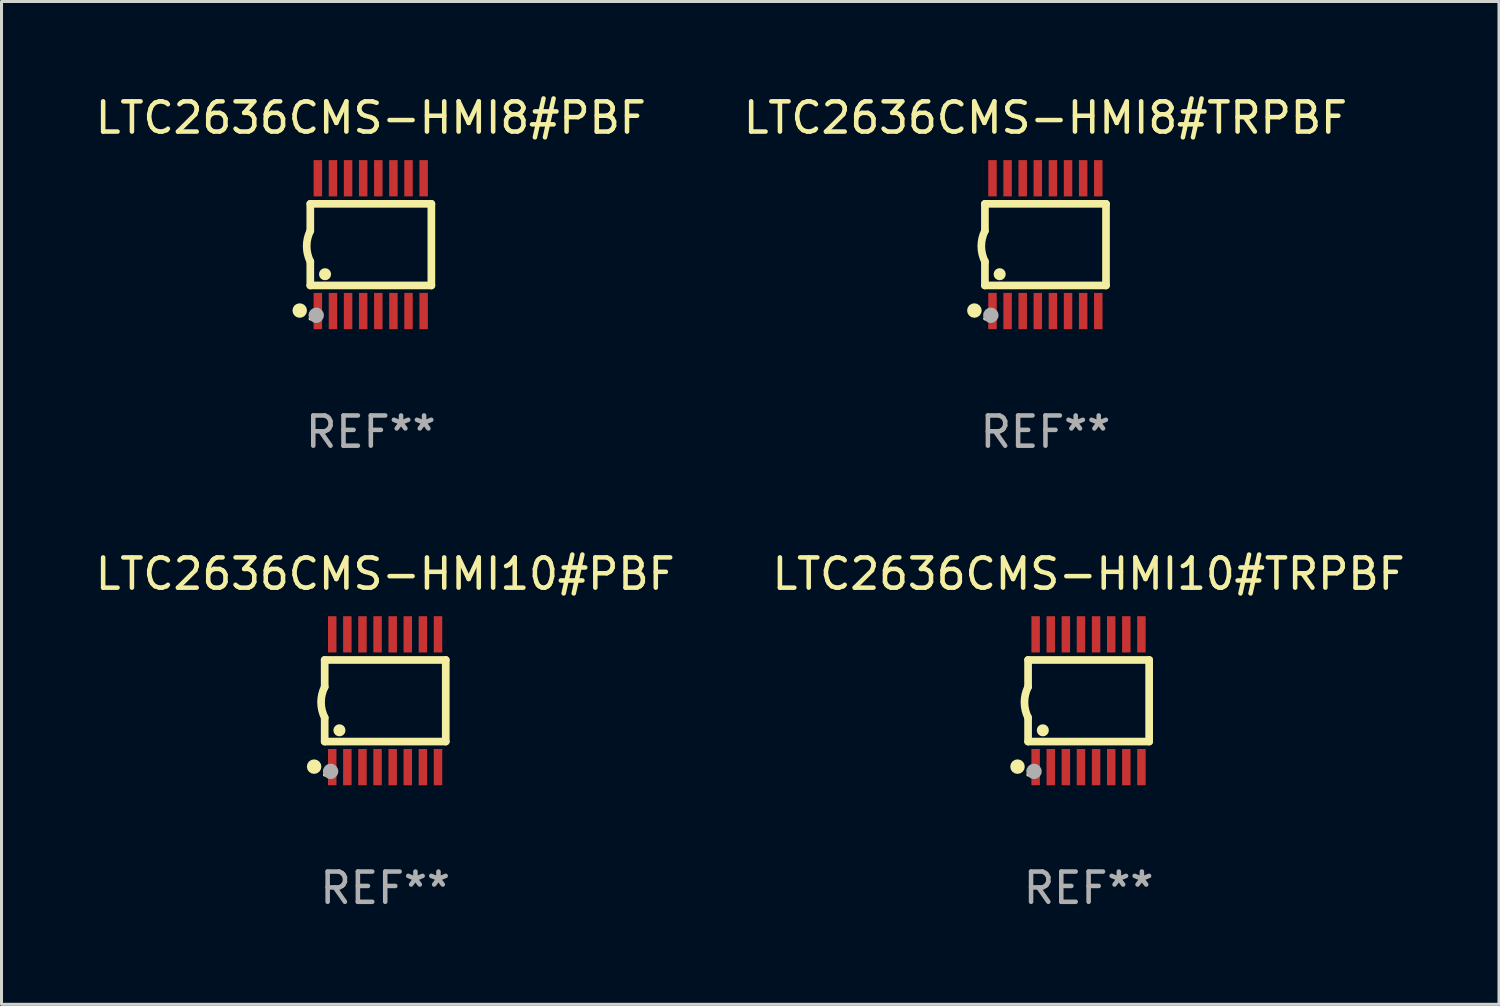
<source format=kicad_pcb>
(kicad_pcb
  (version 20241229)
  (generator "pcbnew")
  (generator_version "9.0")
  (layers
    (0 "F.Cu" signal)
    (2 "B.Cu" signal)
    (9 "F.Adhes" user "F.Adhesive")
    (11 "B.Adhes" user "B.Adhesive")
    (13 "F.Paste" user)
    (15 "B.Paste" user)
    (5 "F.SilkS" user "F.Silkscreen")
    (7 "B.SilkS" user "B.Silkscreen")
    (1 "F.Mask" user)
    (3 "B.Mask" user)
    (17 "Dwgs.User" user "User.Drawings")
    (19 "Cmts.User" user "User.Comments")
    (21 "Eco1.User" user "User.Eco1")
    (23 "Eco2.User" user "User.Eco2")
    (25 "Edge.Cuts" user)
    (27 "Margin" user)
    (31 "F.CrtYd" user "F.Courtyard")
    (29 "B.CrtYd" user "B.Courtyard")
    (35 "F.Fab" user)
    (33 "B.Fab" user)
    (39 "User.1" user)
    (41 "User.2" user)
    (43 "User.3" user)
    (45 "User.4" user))
  (footprint "LTC2636CMS-HMI8#PBF"
    (layer "F.Cu")
    (at 9.22 5.045)
    (property "Reference" "LTC2636CMS-HMI8#PBF" (at 0 -4.197 0) (layer "F.SilkS") (effects (font (size 1 1) (thickness 0.15))))
    (attr through_hole)
    (fp_line (start -2.003 -1.35) (end -2.003 -0.457) (stroke (width 0.254) (type solid)) (layer "F.SilkS"))
    (fp_line (start -2.003 -1.35) (end 2.003 -1.35) (stroke (width 0.254) (type solid)) (layer "F.SilkS"))
    (fp_line (start -2.003 1.35) (end -2.003 0.559) (stroke (width 0.254) (type solid)) (layer "F.SilkS"))
    (fp_line (start -2.003 1.35) (end 2.003 1.35) (stroke (width 0.254) (type solid)) (layer "F.SilkS"))
    (fp_line (start 2.003 -1.35) (end 2.003 1.35) (stroke (width 0.254) (type solid)) (layer "F.SilkS"))
    (fp_arc (start -2.002286 0.558802) (mid -2.122556 0.05092) (end -2.003302 -0.457201) (stroke (width 0.254001) (type solid)) (layer "F.SilkS"))
    (fp_circle (center -2.353 2.18) (end -2.233 2.18) (stroke (width 0.24) (type solid)) (fill no) (layer "F.SilkS"))
    (fp_circle (center -2.003 2.45) (end -1.973 2.45) (stroke (width 0.06) (type solid)) (fill no) (layer "F.SilkS"))
    (fp_circle (center -1.515 0.978) (end -1.415 0.978) (stroke (width 0.2) (type solid)) (fill no) (layer "F.SilkS"))
    (fp_circle (center -1.807 2.337) (end -1.68 2.337) (stroke (width 0.254) (type solid)) (fill no) (layer "F.Fab"))
    (fp_text user "REF**" (at 0 6.197 0) (layer "F.Fab") (effects (font (size 1 1) (thickness 0.15))))
    (pad "1" smd rect (at -1.753 2.197 90) (size 1.2 0.28) (layers "F.Cu" "F.Mask" "F.Paste"))
    (pad "2" smd rect (at -1.253 2.197 90) (size 1.2 0.28) (layers "F.Cu" "F.Mask" "F.Paste"))
    (pad "3" smd rect (at -0.753 2.197 90) (size 1.2 0.28) (layers "F.Cu" "F.Mask" "F.Paste"))
    (pad "4" smd rect (at -0.253 2.197 90) (size 1.2 0.28) (layers "F.Cu" "F.Mask" "F.Paste"))
    (pad "5" smd rect (at 0.247 2.197 90) (size 1.2 0.28) (layers "F.Cu" "F.Mask" "F.Paste"))
    (pad "6" smd rect (at 0.747 2.197 90) (size 1.2 0.28) (layers "F.Cu" "F.Mask" "F.Paste"))
    (pad "7" smd rect (at 1.247 2.197 90) (size 1.2 0.28) (layers "F.Cu" "F.Mask" "F.Paste"))
    (pad "8" smd rect (at 1.747 2.197 90) (size 1.2 0.28) (layers "F.Cu" "F.Mask" "F.Paste"))
    (pad "9" smd rect (at 1.747 -2.197 90) (size 1.2 0.28) (layers "F.Cu" "F.Mask" "F.Paste"))
    (pad "10" smd rect (at 1.247 -2.197 90) (size 1.2 0.28) (layers "F.Cu" "F.Mask" "F.Paste"))
    (pad "11" smd rect (at 0.747 -2.197 90) (size 1.2 0.28) (layers "F.Cu" "F.Mask" "F.Paste"))
    (pad "12" smd rect (at 0.247 -2.197 90) (size 1.2 0.28) (layers "F.Cu" "F.Mask" "F.Paste"))
    (pad "13" smd rect (at -0.253 -2.197 90) (size 1.2 0.28) (layers "F.Cu" "F.Mask" "F.Paste"))
    (pad "14" smd rect (at -0.753 -2.197 90) (size 1.2 0.28) (layers "F.Cu" "F.Mask" "F.Paste"))
    (pad "15" smd rect (at -1.253 -2.197 90) (size 1.2 0.28) (layers "F.Cu" "F.Mask" "F.Paste"))
    (pad "16" smd rect (at -1.753 -2.197 90) (size 1.2 0.28) (layers "F.Cu" "F.Mask" "F.Paste")))
  (footprint "LTC2636CMS-HMI8#TRPBF"
    (layer "F.Cu")
    (at 31.542 5.045)
    (property "Reference" "LTC2636CMS-HMI8#TRPBF" (at 0 -4.197 0) (layer "F.SilkS") (effects (font (size 1 1) (thickness 0.15))))
    (attr through_hole)
    (fp_line (start -2.003 -1.35) (end -2.003 -0.457) (stroke (width 0.254) (type solid)) (layer "F.SilkS"))
    (fp_line (start -2.003 -1.35) (end 2.003 -1.35) (stroke (width 0.254) (type solid)) (layer "F.SilkS"))
    (fp_line (start -2.003 1.35) (end -2.003 0.559) (stroke (width 0.254) (type solid)) (layer "F.SilkS"))
    (fp_line (start -2.003 1.35) (end 2.003 1.35) (stroke (width 0.254) (type solid)) (layer "F.SilkS"))
    (fp_line (start 2.003 -1.35) (end 2.003 1.35) (stroke (width 0.254) (type solid)) (layer "F.SilkS"))
    (fp_arc (start -2.002286 0.558802) (mid -2.122556 0.05092) (end -2.003302 -0.457201) (stroke (width 0.254001) (type solid)) (layer "F.SilkS"))
    (fp_circle (center -2.353 2.18) (end -2.233 2.18) (stroke (width 0.24) (type solid)) (fill no) (layer "F.SilkS"))
    (fp_circle (center -2.003 2.45) (end -1.973 2.45) (stroke (width 0.06) (type solid)) (fill no) (layer "F.SilkS"))
    (fp_circle (center -1.515 0.978) (end -1.415 0.978) (stroke (width 0.2) (type solid)) (fill no) (layer "F.SilkS"))
    (fp_circle (center -1.807 2.337) (end -1.68 2.337) (stroke (width 0.254) (type solid)) (fill no) (layer "F.Fab"))
    (fp_text user "REF**" (at 0 6.197 0) (layer "F.Fab") (effects (font (size 1 1) (thickness 0.15))))
    (pad "1" smd rect (at -1.753 2.197 90) (size 1.2 0.28) (layers "F.Cu" "F.Mask" "F.Paste"))
    (pad "2" smd rect (at -1.253 2.197 90) (size 1.2 0.28) (layers "F.Cu" "F.Mask" "F.Paste"))
    (pad "3" smd rect (at -0.753 2.197 90) (size 1.2 0.28) (layers "F.Cu" "F.Mask" "F.Paste"))
    (pad "4" smd rect (at -0.253 2.197 90) (size 1.2 0.28) (layers "F.Cu" "F.Mask" "F.Paste"))
    (pad "5" smd rect (at 0.247 2.197 90) (size 1.2 0.28) (layers "F.Cu" "F.Mask" "F.Paste"))
    (pad "6" smd rect (at 0.747 2.197 90) (size 1.2 0.28) (layers "F.Cu" "F.Mask" "F.Paste"))
    (pad "7" smd rect (at 1.247 2.197 90) (size 1.2 0.28) (layers "F.Cu" "F.Mask" "F.Paste"))
    (pad "8" smd rect (at 1.747 2.197 90) (size 1.2 0.28) (layers "F.Cu" "F.Mask" "F.Paste"))
    (pad "9" smd rect (at 1.747 -2.197 90) (size 1.2 0.28) (layers "F.Cu" "F.Mask" "F.Paste"))
    (pad "10" smd rect (at 1.247 -2.197 90) (size 1.2 0.28) (layers "F.Cu" "F.Mask" "F.Paste"))
    (pad "11" smd rect (at 0.747 -2.197 90) (size 1.2 0.28) (layers "F.Cu" "F.Mask" "F.Paste"))
    (pad "12" smd rect (at 0.247 -2.197 90) (size 1.2 0.28) (layers "F.Cu" "F.Mask" "F.Paste"))
    (pad "13" smd rect (at -0.253 -2.197 90) (size 1.2 0.28) (layers "F.Cu" "F.Mask" "F.Paste"))
    (pad "14" smd rect (at -0.753 -2.197 90) (size 1.2 0.28) (layers "F.Cu" "F.Mask" "F.Paste"))
    (pad "15" smd rect (at -1.253 -2.197 90) (size 1.2 0.28) (layers "F.Cu" "F.Mask" "F.Paste"))
    (pad "16" smd rect (at -1.753 -2.197 90) (size 1.2 0.28) (layers "F.Cu" "F.Mask" "F.Paste")))
  (footprint "LTC2636CMS-HMI10#PBF"
    (layer "F.Cu")
    (at 9.696 20.136)
    (property "Reference" "LTC2636CMS-HMI10#PBF" (at 0 -4.197 0) (layer "F.SilkS") (effects (font (size 1 1) (thickness 0.15))))
    (attr through_hole)
    (fp_line (start -2.003 -1.35) (end -2.003 -0.457) (stroke (width 0.254) (type solid)) (layer "F.SilkS"))
    (fp_line (start -2.003 -1.35) (end 2.003 -1.35) (stroke (width 0.254) (type solid)) (layer "F.SilkS"))
    (fp_line (start -2.003 1.35) (end -2.003 0.559) (stroke (width 0.254) (type solid)) (layer "F.SilkS"))
    (fp_line (start -2.003 1.35) (end 2.003 1.35) (stroke (width 0.254) (type solid)) (layer "F.SilkS"))
    (fp_line (start 2.003 -1.35) (end 2.003 1.35) (stroke (width 0.254) (type solid)) (layer "F.SilkS"))
    (fp_arc (start -2.002286 0.558802) (mid -2.122556 0.05092) (end -2.003302 -0.457201) (stroke (width 0.254001) (type solid)) (layer "F.SilkS"))
    (fp_circle (center -2.353 2.18) (end -2.233 2.18) (stroke (width 0.24) (type solid)) (fill no) (layer "F.SilkS"))
    (fp_circle (center -2.003 2.45) (end -1.973 2.45) (stroke (width 0.06) (type solid)) (fill no) (layer "F.SilkS"))
    (fp_circle (center -1.515 0.978) (end -1.415 0.978) (stroke (width 0.2) (type solid)) (fill no) (layer "F.SilkS"))
    (fp_circle (center -1.807 2.337) (end -1.68 2.337) (stroke (width 0.254) (type solid)) (fill no) (layer "F.Fab"))
    (fp_text user "REF**" (at 0 6.197 0) (layer "F.Fab") (effects (font (size 1 1) (thickness 0.15))))
    (pad "1" smd rect (at -1.753 2.197 90) (size 1.2 0.28) (layers "F.Cu" "F.Mask" "F.Paste"))
    (pad "2" smd rect (at -1.253 2.197 90) (size 1.2 0.28) (layers "F.Cu" "F.Mask" "F.Paste"))
    (pad "3" smd rect (at -0.753 2.197 90) (size 1.2 0.28) (layers "F.Cu" "F.Mask" "F.Paste"))
    (pad "4" smd rect (at -0.253 2.197 90) (size 1.2 0.28) (layers "F.Cu" "F.Mask" "F.Paste"))
    (pad "5" smd rect (at 0.247 2.197 90) (size 1.2 0.28) (layers "F.Cu" "F.Mask" "F.Paste"))
    (pad "6" smd rect (at 0.747 2.197 90) (size 1.2 0.28) (layers "F.Cu" "F.Mask" "F.Paste"))
    (pad "7" smd rect (at 1.247 2.197 90) (size 1.2 0.28) (layers "F.Cu" "F.Mask" "F.Paste"))
    (pad "8" smd rect (at 1.747 2.197 90) (size 1.2 0.28) (layers "F.Cu" "F.Mask" "F.Paste"))
    (pad "9" smd rect (at 1.747 -2.197 90) (size 1.2 0.28) (layers "F.Cu" "F.Mask" "F.Paste"))
    (pad "10" smd rect (at 1.247 -2.197 90) (size 1.2 0.28) (layers "F.Cu" "F.Mask" "F.Paste"))
    (pad "11" smd rect (at 0.747 -2.197 90) (size 1.2 0.28) (layers "F.Cu" "F.Mask" "F.Paste"))
    (pad "12" smd rect (at 0.247 -2.197 90) (size 1.2 0.28) (layers "F.Cu" "F.Mask" "F.Paste"))
    (pad "13" smd rect (at -0.253 -2.197 90) (size 1.2 0.28) (layers "F.Cu" "F.Mask" "F.Paste"))
    (pad "14" smd rect (at -0.753 -2.197 90) (size 1.2 0.28) (layers "F.Cu" "F.Mask" "F.Paste"))
    (pad "15" smd rect (at -1.253 -2.197 90) (size 1.2 0.28) (layers "F.Cu" "F.Mask" "F.Paste"))
    (pad "16" smd rect (at -1.753 -2.197 90) (size 1.2 0.28) (layers "F.Cu" "F.Mask" "F.Paste")))
  (footprint "LTC2636CMS-HMI10#TRPBF"
    (layer "F.Cu")
    (at 32.97 20.136)
    (property "Reference" "LTC2636CMS-HMI10#TRPBF" (at 0 -4.197 0) (layer "F.SilkS") (effects (font (size 1 1) (thickness 0.15))))
    (attr through_hole)
    (fp_line (start -2.003 -1.35) (end -2.003 -0.457) (stroke (width 0.254) (type solid)) (layer "F.SilkS"))
    (fp_line (start -2.003 -1.35) (end 2.003 -1.35) (stroke (width 0.254) (type solid)) (layer "F.SilkS"))
    (fp_line (start -2.003 1.35) (end -2.003 0.559) (stroke (width 0.254) (type solid)) (layer "F.SilkS"))
    (fp_line (start -2.003 1.35) (end 2.003 1.35) (stroke (width 0.254) (type solid)) (layer "F.SilkS"))
    (fp_line (start 2.003 -1.35) (end 2.003 1.35) (stroke (width 0.254) (type solid)) (layer "F.SilkS"))
    (fp_arc (start -2.002286 0.558802) (mid -2.122556 0.05092) (end -2.003302 -0.457201) (stroke (width 0.254001) (type solid)) (layer "F.SilkS"))
    (fp_circle (center -2.353 2.18) (end -2.233 2.18) (stroke (width 0.24) (type solid)) (fill no) (layer "F.SilkS"))
    (fp_circle (center -2.003 2.45) (end -1.973 2.45) (stroke (width 0.06) (type solid)) (fill no) (layer "F.SilkS"))
    (fp_circle (center -1.515 0.978) (end -1.415 0.978) (stroke (width 0.2) (type solid)) (fill no) (layer "F.SilkS"))
    (fp_circle (center -1.807 2.337) (end -1.68 2.337) (stroke (width 0.254) (type solid)) (fill no) (layer "F.Fab"))
    (fp_text user "REF**" (at 0 6.197 0) (layer "F.Fab") (effects (font (size 1 1) (thickness 0.15))))
    (pad "1" smd rect (at -1.753 2.197 90) (size 1.2 0.28) (layers "F.Cu" "F.Mask" "F.Paste"))
    (pad "2" smd rect (at -1.253 2.197 90) (size 1.2 0.28) (layers "F.Cu" "F.Mask" "F.Paste"))
    (pad "3" smd rect (at -0.753 2.197 90) (size 1.2 0.28) (layers "F.Cu" "F.Mask" "F.Paste"))
    (pad "4" smd rect (at -0.253 2.197 90) (size 1.2 0.28) (layers "F.Cu" "F.Mask" "F.Paste"))
    (pad "5" smd rect (at 0.247 2.197 90) (size 1.2 0.28) (layers "F.Cu" "F.Mask" "F.Paste"))
    (pad "6" smd rect (at 0.747 2.197 90) (size 1.2 0.28) (layers "F.Cu" "F.Mask" "F.Paste"))
    (pad "7" smd rect (at 1.247 2.197 90) (size 1.2 0.28) (layers "F.Cu" "F.Mask" "F.Paste"))
    (pad "8" smd rect (at 1.747 2.197 90) (size 1.2 0.28) (layers "F.Cu" "F.Mask" "F.Paste"))
    (pad "9" smd rect (at 1.747 -2.197 90) (size 1.2 0.28) (layers "F.Cu" "F.Mask" "F.Paste"))
    (pad "10" smd rect (at 1.247 -2.197 90) (size 1.2 0.28) (layers "F.Cu" "F.Mask" "F.Paste"))
    (pad "11" smd rect (at 0.747 -2.197 90) (size 1.2 0.28) (layers "F.Cu" "F.Mask" "F.Paste"))
    (pad "12" smd rect (at 0.247 -2.197 90) (size 1.2 0.28) (layers "F.Cu" "F.Mask" "F.Paste"))
    (pad "13" smd rect (at -0.253 -2.197 90) (size 1.2 0.28) (layers "F.Cu" "F.Mask" "F.Paste"))
    (pad "14" smd rect (at -0.753 -2.197 90) (size 1.2 0.28) (layers "F.Cu" "F.Mask" "F.Paste"))
    (pad "15" smd rect (at -1.253 -2.197 90) (size 1.2 0.28) (layers "F.Cu" "F.Mask" "F.Paste"))
    (pad "16" smd rect (at -1.753 -2.197 90) (size 1.2 0.28) (layers "F.Cu" "F.Mask" "F.Paste")))
  (gr_rect
    (start -3 -3)
    (end 46.548 30.181)
    (stroke (width 0.1) (type default))
    (fill no)
    (layer "Edge.Cuts")))
</source>
